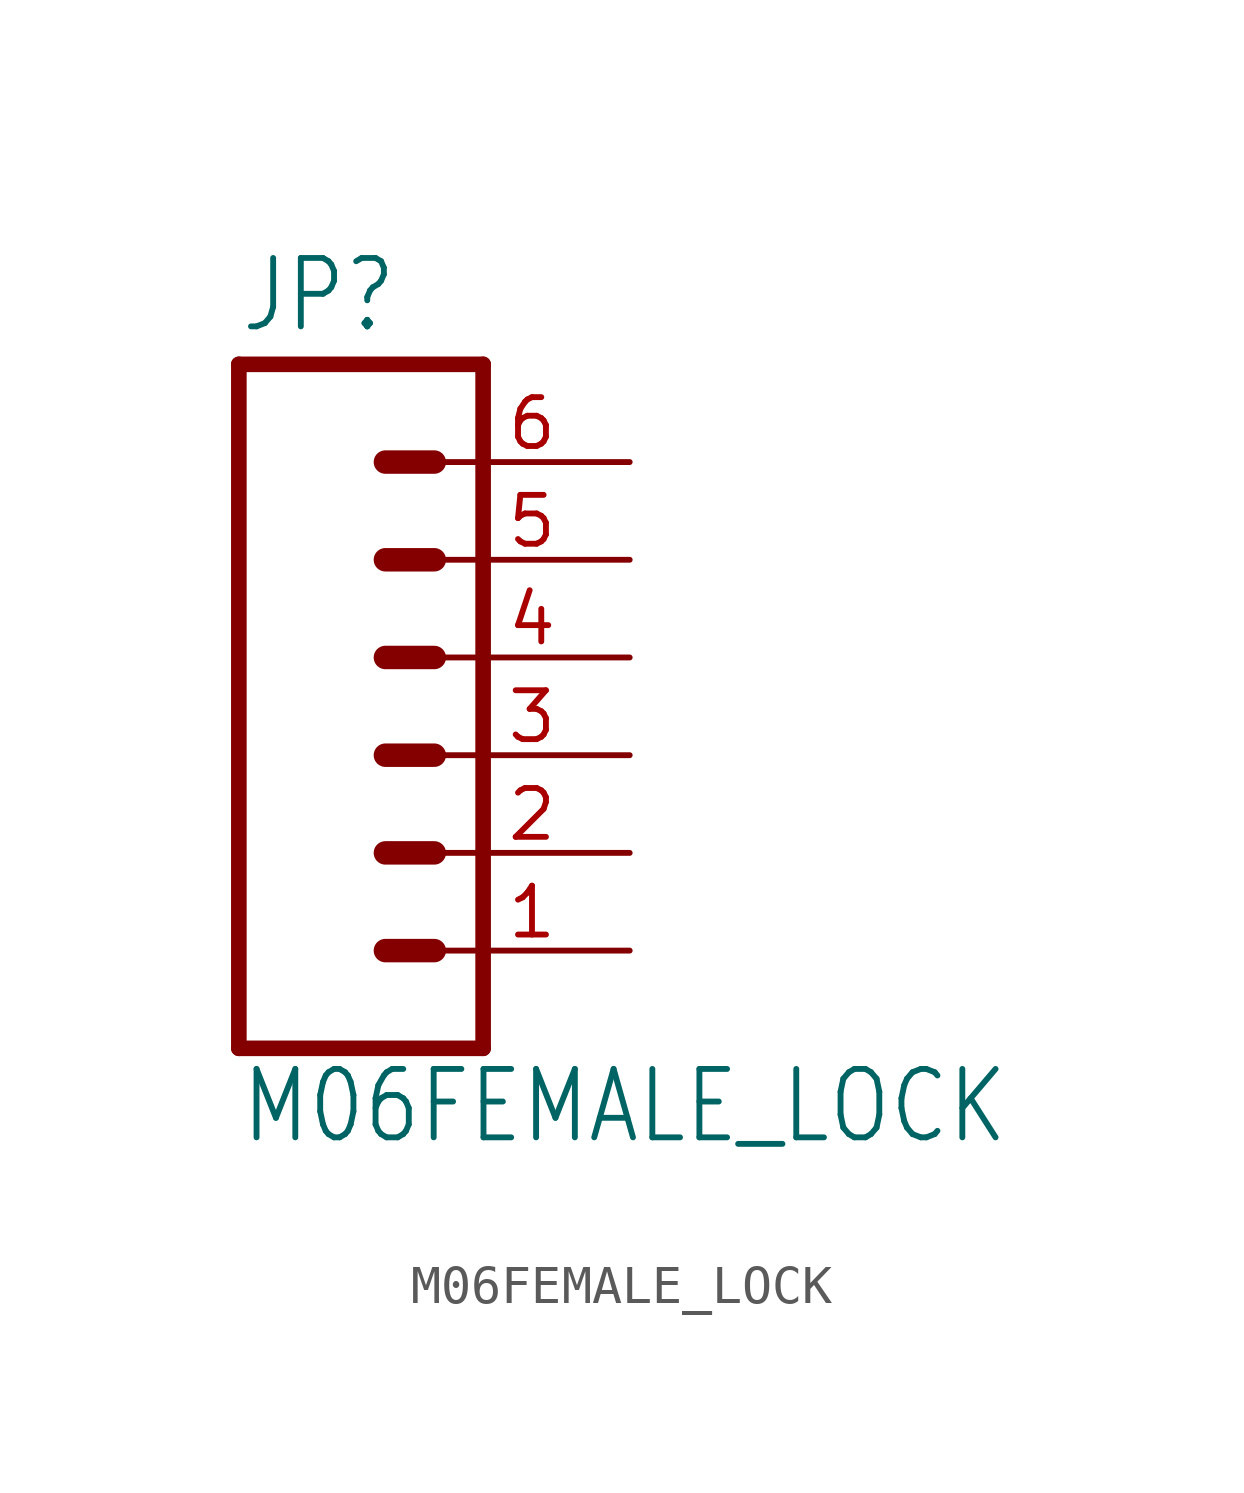
<source format=kicad_sym>
(kicad_symbol_lib
  (version 20201005)
  (generator kicad_symbol_editor)
  (symbol "M06FEMALE_LOCK"
    (property "Reference" "JP"
      (at -5.08 10.922 0)
      (effects (font (size 1.778 1.511)) (justify left bottom)))
    (property "Value" "M06FEMALE_LOCK"
      (at -5.08 -10.16 0)
      (effects (font (size 1.778 1.511)) (justify left bottom)))
    (property "ki_locked" ""
      (at 0 0 0)
      (effects (font (size 1.27 1.27))))
    (symbol "M06FEMALE_LOCK_1_0"
      (polyline (pts (xy 1.27 -7.62) (xy -5.08 -7.62)) (stroke (width 0.406)) (fill (type none)))
      (polyline (pts (xy -1.27 0) (xy 0 0)) (stroke (width 0.61)) (fill (type none)))
      (polyline (pts (xy -1.27 -2.54) (xy 0 -2.54)) (stroke (width 0.61)) (fill (type none)))
      (polyline (pts (xy -1.27 -5.08) (xy 0 -5.08)) (stroke (width 0.61)) (fill (type none)))
      (polyline (pts (xy -5.08 10.16) (xy -5.08 -7.62)) (stroke (width 0.406)) (fill (type none)))
      (polyline (pts (xy 1.27 -7.62) (xy 1.27 10.16)) (stroke (width 0.406)) (fill (type none)))
      (polyline (pts (xy -5.08 10.16) (xy 1.27 10.16)) (stroke (width 0.406)) (fill (type none)))
      (polyline (pts (xy -1.27 5.08) (xy 0 5.08)) (stroke (width 0.61)) (fill (type none)))
      (polyline (pts (xy -1.27 2.54) (xy 0 2.54)) (stroke (width 0.61)) (fill (type none)))
      (polyline (pts (xy -1.27 7.62) (xy 0 7.62)) (stroke (width 0.61)) (fill (type none)))
      (pin passive line (at 5.08 -5.08 180) (length 5.08) (name "1" (effects (font (size 0 0)))) (number "1" (effects (font (size 1.27 1.27)))))
      (pin passive line (at 5.08 -2.54 180) (length 5.08) (name "2" (effects (font (size 0 0)))) (number "2" (effects (font (size 1.27 1.27)))))
      (pin passive line (at 5.08 0 180) (length 5.08) (name "3" (effects (font (size 0 0)))) (number "3" (effects (font (size 1.27 1.27)))))
      (pin passive line (at 5.08 2.54 180) (length 5.08) (name "4" (effects (font (size 0 0)))) (number "4" (effects (font (size 1.27 1.27)))))
      (pin passive line (at 5.08 5.08 180) (length 5.08) (name "5" (effects (font (size 0 0)))) (number "5" (effects (font (size 1.27 1.27)))))
      (pin passive line (at 5.08 7.62 180) (length 5.08) (name "6" (effects (font (size 0 0)))) (number "6" (effects (font (size 1.27 1.27))))))))
</source>
